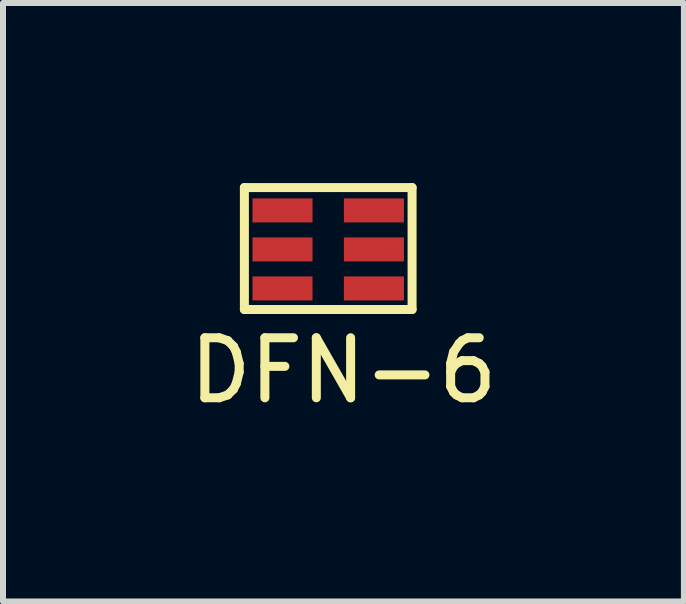
<source format=kicad_pcb>
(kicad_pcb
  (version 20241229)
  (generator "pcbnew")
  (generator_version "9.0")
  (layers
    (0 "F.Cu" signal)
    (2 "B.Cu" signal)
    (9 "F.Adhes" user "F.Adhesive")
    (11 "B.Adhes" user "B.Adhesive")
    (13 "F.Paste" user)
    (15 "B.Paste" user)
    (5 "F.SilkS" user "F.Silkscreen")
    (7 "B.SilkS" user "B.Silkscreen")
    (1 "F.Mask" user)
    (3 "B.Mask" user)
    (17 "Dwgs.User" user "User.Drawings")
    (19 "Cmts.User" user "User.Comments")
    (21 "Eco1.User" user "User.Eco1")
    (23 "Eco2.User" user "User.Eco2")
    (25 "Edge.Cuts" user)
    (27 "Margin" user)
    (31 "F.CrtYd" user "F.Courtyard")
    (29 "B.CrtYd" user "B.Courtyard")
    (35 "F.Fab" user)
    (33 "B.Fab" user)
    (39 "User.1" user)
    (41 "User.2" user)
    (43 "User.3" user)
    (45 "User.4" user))
  (footprint "DFN-6"
    (layer "F.Cu")
    (at 2.419 1.091)
    (property "Reference" "DFN-6" (at 0.254 2.032 0) (layer "F.SilkS") (effects (font (size 1 1) (thickness 0.15))))
    (attr through_hole)
    (fp_line (start -1.397 -1.016) (end 1.397 -1.016) (stroke (width 0.15) (type solid)) (layer "F.SilkS"))
    (fp_line (start -1.397 1.016) (end -1.397 -1.016) (stroke (width 0.15) (type solid)) (layer "F.SilkS"))
    (fp_line (start 1.397 -1.016) (end 1.397 1.016) (stroke (width 0.15) (type solid)) (layer "F.SilkS"))
    (fp_line (start 1.397 1.016) (end -1.397 1.016) (stroke (width 0.15) (type solid)) (layer "F.SilkS"))
    (pad "1" smd rect (at -0.762 -0.635) (size 1 0.4) (layers "F.Cu" "F.Mask" "F.Paste"))
    (pad "2" smd rect (at -0.762 0.015) (size 1 0.4) (layers "F.Cu" "F.Mask" "F.Paste"))
    (pad "3" smd rect (at -0.762 0.665) (size 1 0.4) (layers "F.Cu" "F.Mask" "F.Paste"))
    (pad "4" smd rect (at 0.761 0.665) (size 1 0.4) (layers "F.Cu" "F.Mask" "F.Paste"))
    (pad "5" smd rect (at 0.761 0.015) (size 1 0.4) (layers "F.Cu" "F.Mask" "F.Paste"))
    (pad "6" smd rect (at 0.761 -0.635) (size 1 0.4) (layers "F.Cu" "F.Mask" "F.Paste")))
  (gr_rect
    (start -3 -3)
    (end 8.345 6.971)
    (stroke (width 0.1) (type default))
    (fill no)
    (layer "Edge.Cuts")))
</source>
